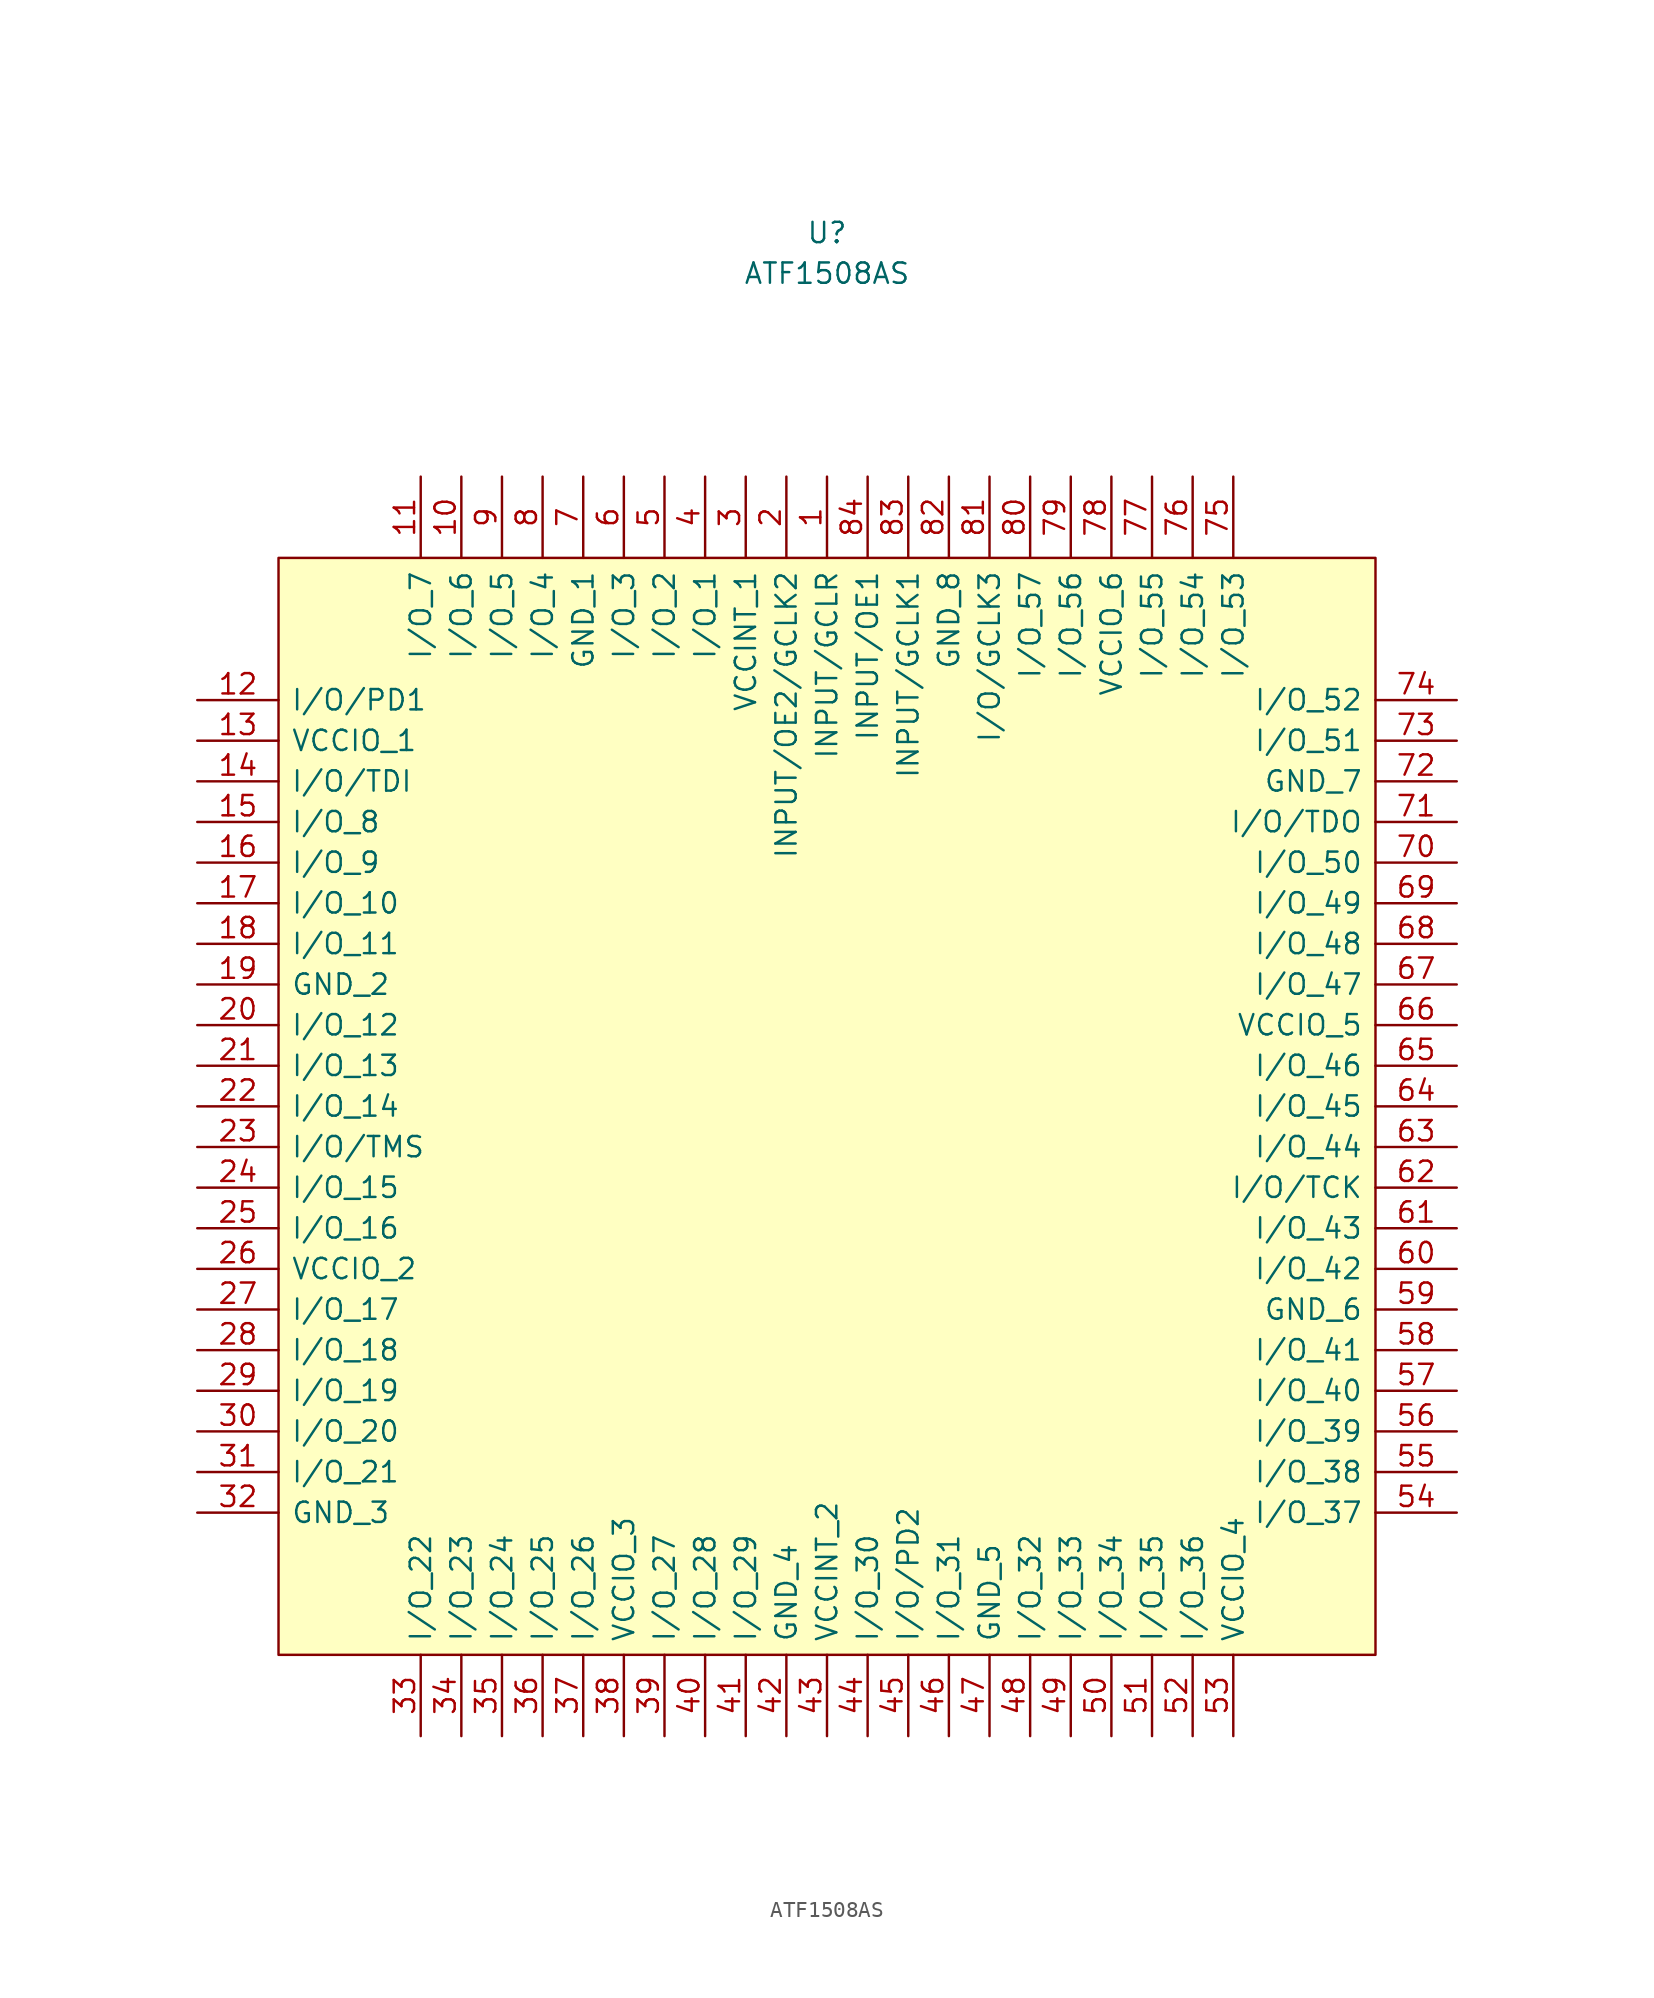
<source format=kicad_sym>
(kicad_symbol_lib
  (version 20211014)
  (generator kicad_symbol_editor)
  (symbol "ATF1508AS"
    (pin_names
      (offset 0.762))
    (property "Reference" "U"
      (at 0 54.61 0)
      (effects (font (size 1.27 1.27))))
    (property "Value" "ATF1508AS"
      (at 0 52.07 0)
      (effects (font (size 1.27 1.27))))
    (symbol "ATF1508AS_0_0"
      (pin passive line (at 0 39.37 270) (length 5.08) (name "INPUT/GCLR" (effects (font (size 1.27 1.27)))) (number "1" (effects (font (size 1.27 1.27)))))
      (pin passive line (at -22.86 39.37 270) (length 5.08) (name "I/O_6" (effects (font (size 1.27 1.27)))) (number "10" (effects (font (size 1.27 1.27)))))
      (pin passive line (at -25.4 39.37 270) (length 5.08) (name "I/O_7" (effects (font (size 1.27 1.27)))) (number "11" (effects (font (size 1.27 1.27)))))
      (pin passive line (at -39.37 25.4 0) (length 5.08) (name "I/O/PD1" (effects (font (size 1.27 1.27)))) (number "12" (effects (font (size 1.27 1.27)))))
      (pin passive line (at -39.37 22.86 0) (length 5.08) (name "VCCIO_1" (effects (font (size 1.27 1.27)))) (number "13" (effects (font (size 1.27 1.27)))))
      (pin passive line (at -39.37 20.32 0) (length 5.08) (name "I/O/TDI" (effects (font (size 1.27 1.27)))) (number "14" (effects (font (size 1.27 1.27)))))
      (pin passive line (at -39.37 17.78 0) (length 5.08) (name "I/O_8" (effects (font (size 1.27 1.27)))) (number "15" (effects (font (size 1.27 1.27)))))
      (pin passive line (at -39.37 15.24 0) (length 5.08) (name "I/O_9" (effects (font (size 1.27 1.27)))) (number "16" (effects (font (size 1.27 1.27)))))
      (pin passive line (at -39.37 12.7 0) (length 5.08) (name "I/O_10" (effects (font (size 1.27 1.27)))) (number "17" (effects (font (size 1.27 1.27)))))
      (pin passive line (at -39.37 10.16 0) (length 5.08) (name "I/O_11" (effects (font (size 1.27 1.27)))) (number "18" (effects (font (size 1.27 1.27)))))
      (pin passive line (at -39.37 7.62 0) (length 5.08) (name "GND_2" (effects (font (size 1.27 1.27)))) (number "19" (effects (font (size 1.27 1.27)))))
      (pin passive line (at -2.54 39.37 270) (length 5.08) (name "INPUT/OE2/GCLK2" (effects (font (size 1.27 1.27)))) (number "2" (effects (font (size 1.27 1.27)))))
      (pin passive line (at -39.37 5.08 0) (length 5.08) (name "I/O_12" (effects (font (size 1.27 1.27)))) (number "20" (effects (font (size 1.27 1.27)))))
      (pin passive line (at -39.37 2.54 0) (length 5.08) (name "I/O_13" (effects (font (size 1.27 1.27)))) (number "21" (effects (font (size 1.27 1.27)))))
      (pin passive line (at -39.37 0 0) (length 5.08) (name "I/O_14" (effects (font (size 1.27 1.27)))) (number "22" (effects (font (size 1.27 1.27)))))
      (pin passive line (at -39.37 -2.54 0) (length 5.08) (name "I/O/TMS" (effects (font (size 1.27 1.27)))) (number "23" (effects (font (size 1.27 1.27)))))
      (pin passive line (at -39.37 -5.08 0) (length 5.08) (name "I/O_15" (effects (font (size 1.27 1.27)))) (number "24" (effects (font (size 1.27 1.27)))))
      (pin passive line (at -39.37 -7.62 0) (length 5.08) (name "I/O_16" (effects (font (size 1.27 1.27)))) (number "25" (effects (font (size 1.27 1.27)))))
      (pin passive line (at -39.37 -10.16 0) (length 5.08) (name "VCCIO_2" (effects (font (size 1.27 1.27)))) (number "26" (effects (font (size 1.27 1.27)))))
      (pin passive line (at -39.37 -12.7 0) (length 5.08) (name "I/O_17" (effects (font (size 1.27 1.27)))) (number "27" (effects (font (size 1.27 1.27)))))
      (pin passive line (at -39.37 -15.24 0) (length 5.08) (name "I/O_18" (effects (font (size 1.27 1.27)))) (number "28" (effects (font (size 1.27 1.27)))))
      (pin passive line (at -39.37 -17.78 0) (length 5.08) (name "I/O_19" (effects (font (size 1.27 1.27)))) (number "29" (effects (font (size 1.27 1.27)))))
      (pin passive line (at -5.08 39.37 270) (length 5.08) (name "VCCINT_1" (effects (font (size 1.27 1.27)))) (number "3" (effects (font (size 1.27 1.27)))))
      (pin passive line (at -39.37 -20.32 0) (length 5.08) (name "I/O_20" (effects (font (size 1.27 1.27)))) (number "30" (effects (font (size 1.27 1.27)))))
      (pin passive line (at -39.37 -22.86 0) (length 5.08) (name "I/O_21" (effects (font (size 1.27 1.27)))) (number "31" (effects (font (size 1.27 1.27)))))
      (pin passive line (at -39.37 -25.4 0) (length 5.08) (name "GND_3" (effects (font (size 1.27 1.27)))) (number "32" (effects (font (size 1.27 1.27)))))
      (pin passive line (at -25.4 -39.37 90) (length 5.08) (name "I/O_22" (effects (font (size 1.27 1.27)))) (number "33" (effects (font (size 1.27 1.27)))))
      (pin passive line (at -22.86 -39.37 90) (length 5.08) (name "I/O_23" (effects (font (size 1.27 1.27)))) (number "34" (effects (font (size 1.27 1.27)))))
      (pin passive line (at -20.32 -39.37 90) (length 5.08) (name "I/O_24" (effects (font (size 1.27 1.27)))) (number "35" (effects (font (size 1.27 1.27)))))
      (pin passive line (at -17.78 -39.37 90) (length 5.08) (name "I/O_25" (effects (font (size 1.27 1.27)))) (number "36" (effects (font (size 1.27 1.27)))))
      (pin passive line (at -15.24 -39.37 90) (length 5.08) (name "I/O_26" (effects (font (size 1.27 1.27)))) (number "37" (effects (font (size 1.27 1.27)))))
      (pin passive line (at -12.7 -39.37 90) (length 5.08) (name "VCCIO_3" (effects (font (size 1.27 1.27)))) (number "38" (effects (font (size 1.27 1.27)))))
      (pin passive line (at -10.16 -39.37 90) (length 5.08) (name "I/O_27" (effects (font (size 1.27 1.27)))) (number "39" (effects (font (size 1.27 1.27)))))
      (pin passive line (at -7.62 39.37 270) (length 5.08) (name "I/O_1" (effects (font (size 1.27 1.27)))) (number "4" (effects (font (size 1.27 1.27)))))
      (pin passive line (at -7.62 -39.37 90) (length 5.08) (name "I/O_28" (effects (font (size 1.27 1.27)))) (number "40" (effects (font (size 1.27 1.27)))))
      (pin passive line (at -5.08 -39.37 90) (length 5.08) (name "I/O_29" (effects (font (size 1.27 1.27)))) (number "41" (effects (font (size 1.27 1.27)))))
      (pin passive line (at -2.54 -39.37 90) (length 5.08) (name "GND_4" (effects (font (size 1.27 1.27)))) (number "42" (effects (font (size 1.27 1.27)))))
      (pin passive line (at 0 -39.37 90) (length 5.08) (name "VCCINT_2" (effects (font (size 1.27 1.27)))) (number "43" (effects (font (size 1.27 1.27)))))
      (pin passive line (at 2.54 -39.37 90) (length 5.08) (name "I/O_30" (effects (font (size 1.27 1.27)))) (number "44" (effects (font (size 1.27 1.27)))))
      (pin passive line (at 5.08 -39.37 90) (length 5.08) (name "I/O/PD2" (effects (font (size 1.27 1.27)))) (number "45" (effects (font (size 1.27 1.27)))))
      (pin passive line (at 7.62 -39.37 90) (length 5.08) (name "I/O_31" (effects (font (size 1.27 1.27)))) (number "46" (effects (font (size 1.27 1.27)))))
      (pin passive line (at 10.16 -39.37 90) (length 5.08) (name "GND_5" (effects (font (size 1.27 1.27)))) (number "47" (effects (font (size 1.27 1.27)))))
      (pin passive line (at 12.7 -39.37 90) (length 5.08) (name "I/O_32" (effects (font (size 1.27 1.27)))) (number "48" (effects (font (size 1.27 1.27)))))
      (pin passive line (at 15.24 -39.37 90) (length 5.08) (name "I/O_33" (effects (font (size 1.27 1.27)))) (number "49" (effects (font (size 1.27 1.27)))))
      (pin passive line (at -10.16 39.37 270) (length 5.08) (name "I/O_2" (effects (font (size 1.27 1.27)))) (number "5" (effects (font (size 1.27 1.27)))))
      (pin passive line (at 17.78 -39.37 90) (length 5.08) (name "I/O_34" (effects (font (size 1.27 1.27)))) (number "50" (effects (font (size 1.27 1.27)))))
      (pin passive line (at 20.32 -39.37 90) (length 5.08) (name "I/O_35" (effects (font (size 1.27 1.27)))) (number "51" (effects (font (size 1.27 1.27)))))
      (pin passive line (at 22.86 -39.37 90) (length 5.08) (name "I/O_36" (effects (font (size 1.27 1.27)))) (number "52" (effects (font (size 1.27 1.27)))))
      (pin passive line (at 25.4 -39.37 90) (length 5.08) (name "VCCIO_4" (effects (font (size 1.27 1.27)))) (number "53" (effects (font (size 1.27 1.27)))))
      (pin passive line (at 39.37 -25.4 180) (length 5.08) (name "I/O_37" (effects (font (size 1.27 1.27)))) (number "54" (effects (font (size 1.27 1.27)))))
      (pin passive line (at 39.37 -22.86 180) (length 5.08) (name "I/O_38" (effects (font (size 1.27 1.27)))) (number "55" (effects (font (size 1.27 1.27)))))
      (pin passive line (at 39.37 -20.32 180) (length 5.08) (name "I/O_39" (effects (font (size 1.27 1.27)))) (number "56" (effects (font (size 1.27 1.27)))))
      (pin passive line (at 39.37 -17.78 180) (length 5.08) (name "I/O_40" (effects (font (size 1.27 1.27)))) (number "57" (effects (font (size 1.27 1.27)))))
      (pin passive line (at 39.37 -15.24 180) (length 5.08) (name "I/O_41" (effects (font (size 1.27 1.27)))) (number "58" (effects (font (size 1.27 1.27)))))
      (pin passive line (at 39.37 -12.7 180) (length 5.08) (name "GND_6" (effects (font (size 1.27 1.27)))) (number "59" (effects (font (size 1.27 1.27)))))
      (pin passive line (at -12.7 39.37 270) (length 5.08) (name "I/O_3" (effects (font (size 1.27 1.27)))) (number "6" (effects (font (size 1.27 1.27)))))
      (pin passive line (at 39.37 -10.16 180) (length 5.08) (name "I/O_42" (effects (font (size 1.27 1.27)))) (number "60" (effects (font (size 1.27 1.27)))))
      (pin passive line (at 39.37 -7.62 180) (length 5.08) (name "I/O_43" (effects (font (size 1.27 1.27)))) (number "61" (effects (font (size 1.27 1.27)))))
      (pin passive line (at 39.37 -5.08 180) (length 5.08) (name "I/O/TCK" (effects (font (size 1.27 1.27)))) (number "62" (effects (font (size 1.27 1.27)))))
      (pin passive line (at 39.37 -2.54 180) (length 5.08) (name "I/O_44" (effects (font (size 1.27 1.27)))) (number "63" (effects (font (size 1.27 1.27)))))
      (pin passive line (at 39.37 0 180) (length 5.08) (name "I/O_45" (effects (font (size 1.27 1.27)))) (number "64" (effects (font (size 1.27 1.27)))))
      (pin passive line (at 39.37 2.54 180) (length 5.08) (name "I/O_46" (effects (font (size 1.27 1.27)))) (number "65" (effects (font (size 1.27 1.27)))))
      (pin passive line (at 39.37 5.08 180) (length 5.08) (name "VCCIO_5" (effects (font (size 1.27 1.27)))) (number "66" (effects (font (size 1.27 1.27)))))
      (pin passive line (at 39.37 7.62 180) (length 5.08) (name "I/O_47" (effects (font (size 1.27 1.27)))) (number "67" (effects (font (size 1.27 1.27)))))
      (pin passive line (at 39.37 10.16 180) (length 5.08) (name "I/O_48" (effects (font (size 1.27 1.27)))) (number "68" (effects (font (size 1.27 1.27)))))
      (pin passive line (at 39.37 12.7 180) (length 5.08) (name "I/O_49" (effects (font (size 1.27 1.27)))) (number "69" (effects (font (size 1.27 1.27)))))
      (pin passive line (at -15.24 39.37 270) (length 5.08) (name "GND_1" (effects (font (size 1.27 1.27)))) (number "7" (effects (font (size 1.27 1.27)))))
      (pin passive line (at 39.37 15.24 180) (length 5.08) (name "I/O_50" (effects (font (size 1.27 1.27)))) (number "70" (effects (font (size 1.27 1.27)))))
      (pin passive line (at 39.37 17.78 180) (length 5.08) (name "I/O/TDO" (effects (font (size 1.27 1.27)))) (number "71" (effects (font (size 1.27 1.27)))))
      (pin passive line (at 39.37 20.32 180) (length 5.08) (name "GND_7" (effects (font (size 1.27 1.27)))) (number "72" (effects (font (size 1.27 1.27)))))
      (pin passive line (at 39.37 22.86 180) (length 5.08) (name "I/O_51" (effects (font (size 1.27 1.27)))) (number "73" (effects (font (size 1.27 1.27)))))
      (pin passive line (at 39.37 25.4 180) (length 5.08) (name "I/O_52" (effects (font (size 1.27 1.27)))) (number "74" (effects (font (size 1.27 1.27)))))
      (pin passive line (at 25.4 39.37 270) (length 5.08) (name "I/O_53" (effects (font (size 1.27 1.27)))) (number "75" (effects (font (size 1.27 1.27)))))
      (pin passive line (at 22.86 39.37 270) (length 5.08) (name "I/O_54" (effects (font (size 1.27 1.27)))) (number "76" (effects (font (size 1.27 1.27)))))
      (pin passive line (at 20.32 39.37 270) (length 5.08) (name "I/O_55" (effects (font (size 1.27 1.27)))) (number "77" (effects (font (size 1.27 1.27)))))
      (pin passive line (at 17.78 39.37 270) (length 5.08) (name "VCCIO_6" (effects (font (size 1.27 1.27)))) (number "78" (effects (font (size 1.27 1.27)))))
      (pin passive line (at 15.24 39.37 270) (length 5.08) (name "I/O_56" (effects (font (size 1.27 1.27)))) (number "79" (effects (font (size 1.27 1.27)))))
      (pin passive line (at -17.78 39.37 270) (length 5.08) (name "I/O_4" (effects (font (size 1.27 1.27)))) (number "8" (effects (font (size 1.27 1.27)))))
      (pin passive line (at 12.7 39.37 270) (length 5.08) (name "I/O_57" (effects (font (size 1.27 1.27)))) (number "80" (effects (font (size 1.27 1.27)))))
      (pin passive line (at 10.16 39.37 270) (length 5.08) (name "I/O/GCLK3" (effects (font (size 1.27 1.27)))) (number "81" (effects (font (size 1.27 1.27)))))
      (pin passive line (at 7.62 39.37 270) (length 5.08) (name "GND_8" (effects (font (size 1.27 1.27)))) (number "82" (effects (font (size 1.27 1.27)))))
      (pin passive line (at 5.08 39.37 270) (length 5.08) (name "INPUT/GCLK1" (effects (font (size 1.27 1.27)))) (number "83" (effects (font (size 1.27 1.27)))))
      (pin passive line (at 2.54 39.37 270) (length 5.08) (name "INPUT/OE1" (effects (font (size 1.27 1.27)))) (number "84" (effects (font (size 1.27 1.27)))))
      (pin passive line (at -20.32 39.37 270) (length 5.08) (name "I/O_5" (effects (font (size 1.27 1.27)))) (number "9" (effects (font (size 1.27 1.27))))))
    (symbol "ATF1508AS_0_1"
      (rectangle (start -34.29 34.29) (end 34.29 -34.29) (stroke (width 0) (type default) (color 0 0 0 0)) (fill (type background))))))
</source>
